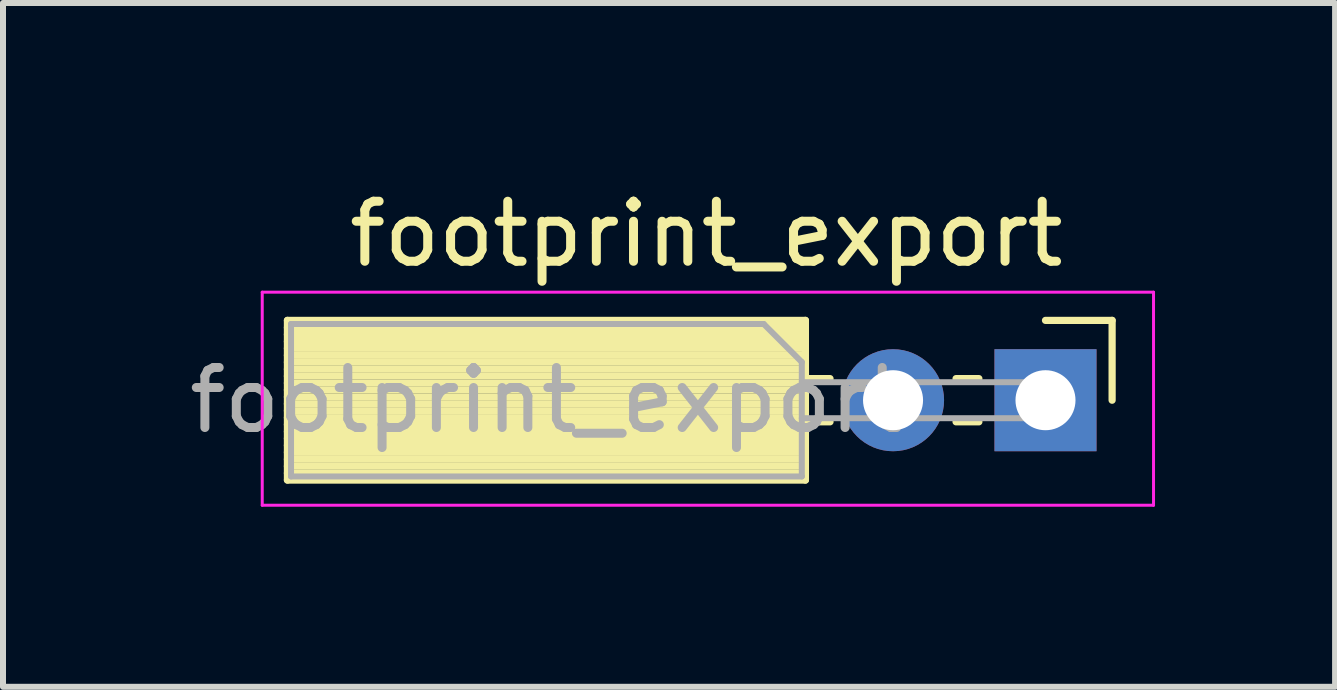
<source format=kicad_pcb>
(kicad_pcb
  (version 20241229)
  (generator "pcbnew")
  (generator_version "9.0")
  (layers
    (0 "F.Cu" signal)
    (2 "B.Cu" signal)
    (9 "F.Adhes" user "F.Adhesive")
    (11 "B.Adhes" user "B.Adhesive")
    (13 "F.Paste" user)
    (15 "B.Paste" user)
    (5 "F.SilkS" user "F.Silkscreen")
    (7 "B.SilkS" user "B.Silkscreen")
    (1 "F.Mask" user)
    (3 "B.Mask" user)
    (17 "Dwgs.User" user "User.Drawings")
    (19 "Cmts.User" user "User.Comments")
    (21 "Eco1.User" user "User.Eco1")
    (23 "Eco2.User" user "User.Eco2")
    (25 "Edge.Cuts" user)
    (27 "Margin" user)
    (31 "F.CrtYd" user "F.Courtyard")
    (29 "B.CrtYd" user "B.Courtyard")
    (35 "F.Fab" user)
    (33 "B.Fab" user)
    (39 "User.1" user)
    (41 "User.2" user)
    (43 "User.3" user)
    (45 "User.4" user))
  (footprint "footprint_export"
    (layer "F.Cu")
    (at 14.369 3.618)
    (property "Reference" "footprint_export" (at -5.65 -2.77 0) (layer "F.SilkS") (effects (font (size 1 1) (thickness 0.15))))
    (attr through_hole)
    (fp_line (start -12.63 -1.33) (end -12.63 1.33) (stroke (width 0.12) (type solid)) (layer "F.SilkS"))
    (fp_line (start -12.63 -1.33) (end -4 -1.33) (stroke (width 0.12) (type solid)) (layer "F.SilkS"))
    (fp_line (start -12.63 -1.21) (end -4 -1.21) (stroke (width 0.12) (type solid)) (layer "F.SilkS"))
    (fp_line (start -12.63 -1.095) (end -4 -1.095) (stroke (width 0.12) (type solid)) (layer "F.SilkS"))
    (fp_line (start -12.63 -0.979) (end -4 -0.979) (stroke (width 0.12) (type solid)) (layer "F.SilkS"))
    (fp_line (start -12.63 -0.864) (end -4 -0.864) (stroke (width 0.12) (type solid)) (layer "F.SilkS"))
    (fp_line (start -12.63 -0.748) (end -4 -0.748) (stroke (width 0.12) (type solid)) (layer "F.SilkS"))
    (fp_line (start -12.63 -0.633) (end -4 -0.633) (stroke (width 0.12) (type solid)) (layer "F.SilkS"))
    (fp_line (start -12.63 -0.517) (end -4 -0.517) (stroke (width 0.12) (type solid)) (layer "F.SilkS"))
    (fp_line (start -12.63 -0.402) (end -4 -0.402) (stroke (width 0.12) (type solid)) (layer "F.SilkS"))
    (fp_line (start -12.63 -0.286) (end -4 -0.286) (stroke (width 0.12) (type solid)) (layer "F.SilkS"))
    (fp_line (start -12.63 -0.171) (end -4 -0.171) (stroke (width 0.12) (type solid)) (layer "F.SilkS"))
    (fp_line (start -12.63 -0.055) (end -4 -0.055) (stroke (width 0.12) (type solid)) (layer "F.SilkS"))
    (fp_line (start -12.63 0.06) (end -4 0.06) (stroke (width 0.12) (type solid)) (layer "F.SilkS"))
    (fp_line (start -12.63 0.175) (end -4 0.175) (stroke (width 0.12) (type solid)) (layer "F.SilkS"))
    (fp_line (start -12.63 0.291) (end -4 0.291) (stroke (width 0.12) (type solid)) (layer "F.SilkS"))
    (fp_line (start -12.63 0.406) (end -4 0.406) (stroke (width 0.12) (type solid)) (layer "F.SilkS"))
    (fp_line (start -12.63 0.522) (end -4 0.522) (stroke (width 0.12) (type solid)) (layer "F.SilkS"))
    (fp_line (start -12.63 0.637) (end -4 0.637) (stroke (width 0.12) (type solid)) (layer "F.SilkS"))
    (fp_line (start -12.63 0.753) (end -4 0.753) (stroke (width 0.12) (type solid)) (layer "F.SilkS"))
    (fp_line (start -12.63 0.868) (end -4 0.868) (stroke (width 0.12) (type solid)) (layer "F.SilkS"))
    (fp_line (start -12.63 0.984) (end -4 0.984) (stroke (width 0.12) (type solid)) (layer "F.SilkS"))
    (fp_line (start -12.63 1.099) (end -4 1.099) (stroke (width 0.12) (type solid)) (layer "F.SilkS"))
    (fp_line (start -12.63 1.215) (end -4 1.215) (stroke (width 0.12) (type solid)) (layer "F.SilkS"))
    (fp_line (start -12.63 1.33) (end -4 1.33) (stroke (width 0.12) (type solid)) (layer "F.SilkS"))
    (fp_line (start -4 -1.33) (end -4 1.33) (stroke (width 0.12) (type solid)) (layer "F.SilkS"))
    (fp_line (start -4 -0.36) (end -3.59 -0.36) (stroke (width 0.12) (type solid)) (layer "F.SilkS"))
    (fp_line (start -4 0.36) (end -3.59 0.36) (stroke (width 0.12) (type solid)) (layer "F.SilkS"))
    (fp_line (start -1.49 -0.36) (end -1.11 -0.36) (stroke (width 0.12) (type solid)) (layer "F.SilkS"))
    (fp_line (start -1.49 0.36) (end -1.11 0.36) (stroke (width 0.12) (type solid)) (layer "F.SilkS"))
    (fp_line (start 0 -1.33) (end 1.11 -1.33) (stroke (width 0.12) (type solid)) (layer "F.SilkS"))
    (fp_line (start 1.11 -1.33) (end 1.11 0) (stroke (width 0.12) (type solid)) (layer "F.SilkS"))
    (fp_line (start -13.05 -1.8) (end -13.05 1.75) (stroke (width 0.05) (type solid)) (layer "F.CrtYd"))
    (fp_line (start -13.05 1.75) (end 1.8 1.75) (stroke (width 0.05) (type solid)) (layer "F.CrtYd"))
    (fp_line (start 1.8 -1.8) (end -13.05 -1.8) (stroke (width 0.05) (type solid)) (layer "F.CrtYd"))
    (fp_line (start 1.8 1.75) (end 1.8 -1.8) (stroke (width 0.05) (type solid)) (layer "F.CrtYd"))
    (fp_line (start -12.57 -1.27) (end -4.695 -1.27) (stroke (width 0.1) (type solid)) (layer "F.Fab"))
    (fp_line (start -12.57 1.27) (end -12.57 -1.27) (stroke (width 0.1) (type solid)) (layer "F.Fab"))
    (fp_line (start -4.695 -1.27) (end -4.06 -0.635) (stroke (width 0.1) (type solid)) (layer "F.Fab"))
    (fp_line (start -4.06 -0.635) (end -4.06 1.27) (stroke (width 0.1) (type solid)) (layer "F.Fab"))
    (fp_line (start -4.06 0.3) (end 0 0.3) (stroke (width 0.1) (type solid)) (layer "F.Fab"))
    (fp_line (start -4.06 1.27) (end -12.57 1.27) (stroke (width 0.1) (type solid)) (layer "F.Fab"))
    (fp_line (start 0 -0.3) (end -4.06 -0.3) (stroke (width 0.1) (type solid)) (layer "F.Fab"))
    (fp_line (start 0 0.3) (end 0 -0.3) (stroke (width 0.1) (type solid)) (layer "F.Fab"))
    (fp_text user "${REFERENCE}" (at -8.315 0 0) (layer "F.Fab") (effects (font (size 1 1) (thickness 0.15))))
    (pad "1" thru_hole rect (at 0 0) (size 1.7 1.7) (drill 1) (layers "*.Cu" "*.Mask"))
    (pad "2" thru_hole oval (at -2.54 0) (size 1.7 1.7) (drill 1) (layers "*.Cu" "*.Mask")))
  (gr_rect
    (start -3 -3)
    (end 19.194 8.393)
    (stroke (width 0.1) (type default))
    (fill no)
    (layer "Edge.Cuts")))
</source>
